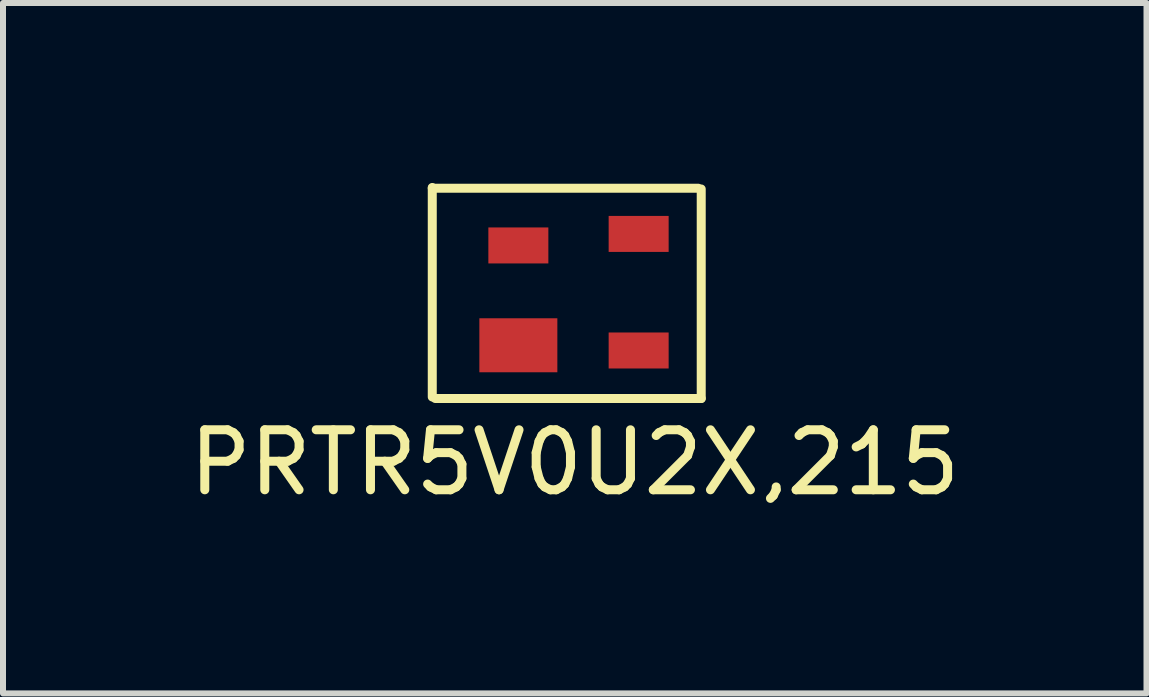
<source format=kicad_pcb>
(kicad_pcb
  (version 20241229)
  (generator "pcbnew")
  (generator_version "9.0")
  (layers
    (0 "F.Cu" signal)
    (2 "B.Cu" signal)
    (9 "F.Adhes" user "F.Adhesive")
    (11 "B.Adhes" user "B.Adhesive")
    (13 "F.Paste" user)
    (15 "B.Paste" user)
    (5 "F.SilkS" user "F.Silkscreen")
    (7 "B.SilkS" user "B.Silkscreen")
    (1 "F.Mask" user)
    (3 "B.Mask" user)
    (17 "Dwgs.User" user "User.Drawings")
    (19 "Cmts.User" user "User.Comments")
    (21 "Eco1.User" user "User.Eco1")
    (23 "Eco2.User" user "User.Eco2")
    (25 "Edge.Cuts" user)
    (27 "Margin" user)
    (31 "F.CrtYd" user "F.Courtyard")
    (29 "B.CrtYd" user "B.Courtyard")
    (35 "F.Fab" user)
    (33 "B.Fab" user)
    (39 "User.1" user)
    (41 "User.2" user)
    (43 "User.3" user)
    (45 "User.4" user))
  (footprint "PRTR5V0U2X,215"
    (layer "F.Cu")
    (at 7.19 2.005)
    (property "Reference" "PRTR5V0U2X,215" (at -0.66 2.654 0) (layer "F.SilkS") (effects (font (size 1 1) (thickness 0.15))))
    (attr through_hole)
    (fp_line (start -3.035 -1.93) (end -3.035 1.562) (stroke (width 0.15) (type solid)) (layer "F.SilkS"))
    (fp_line (start -3.035 -1.918) (end 1.397 -1.918) (stroke (width 0.15) (type solid)) (layer "F.SilkS"))
    (fp_line (start -2.985 1.587) (end 1.448 1.587) (stroke (width 0.15) (type solid)) (layer "F.SilkS"))
    (fp_line (start 1.448 -1.905) (end 1.448 1.587) (stroke (width 0.15) (type solid)) (layer "F.SilkS"))
    (pad "1" smd rect (at -1.6 0.7) (size 1.3 0.9) (layers "F.Cu" "F.Mask" "F.Paste"))
    (pad "2" smd rect (at 0.405 0.787) (size 1 0.6) (layers "F.Cu" "F.Mask" "F.Paste"))
    (pad "3" smd rect (at 0.405 -1.156) (size 1 0.6) (layers "F.Cu" "F.Mask" "F.Paste"))
    (pad "4" smd rect (at -1.6 -0.964) (size 1 0.6) (layers "F.Cu" "F.Mask" "F.Paste")))
  (gr_rect
    (start -3 -3)
    (end 16.06 8.508)
    (stroke (width 0.1) (type default))
    (fill no)
    (layer "Edge.Cuts")))
</source>
